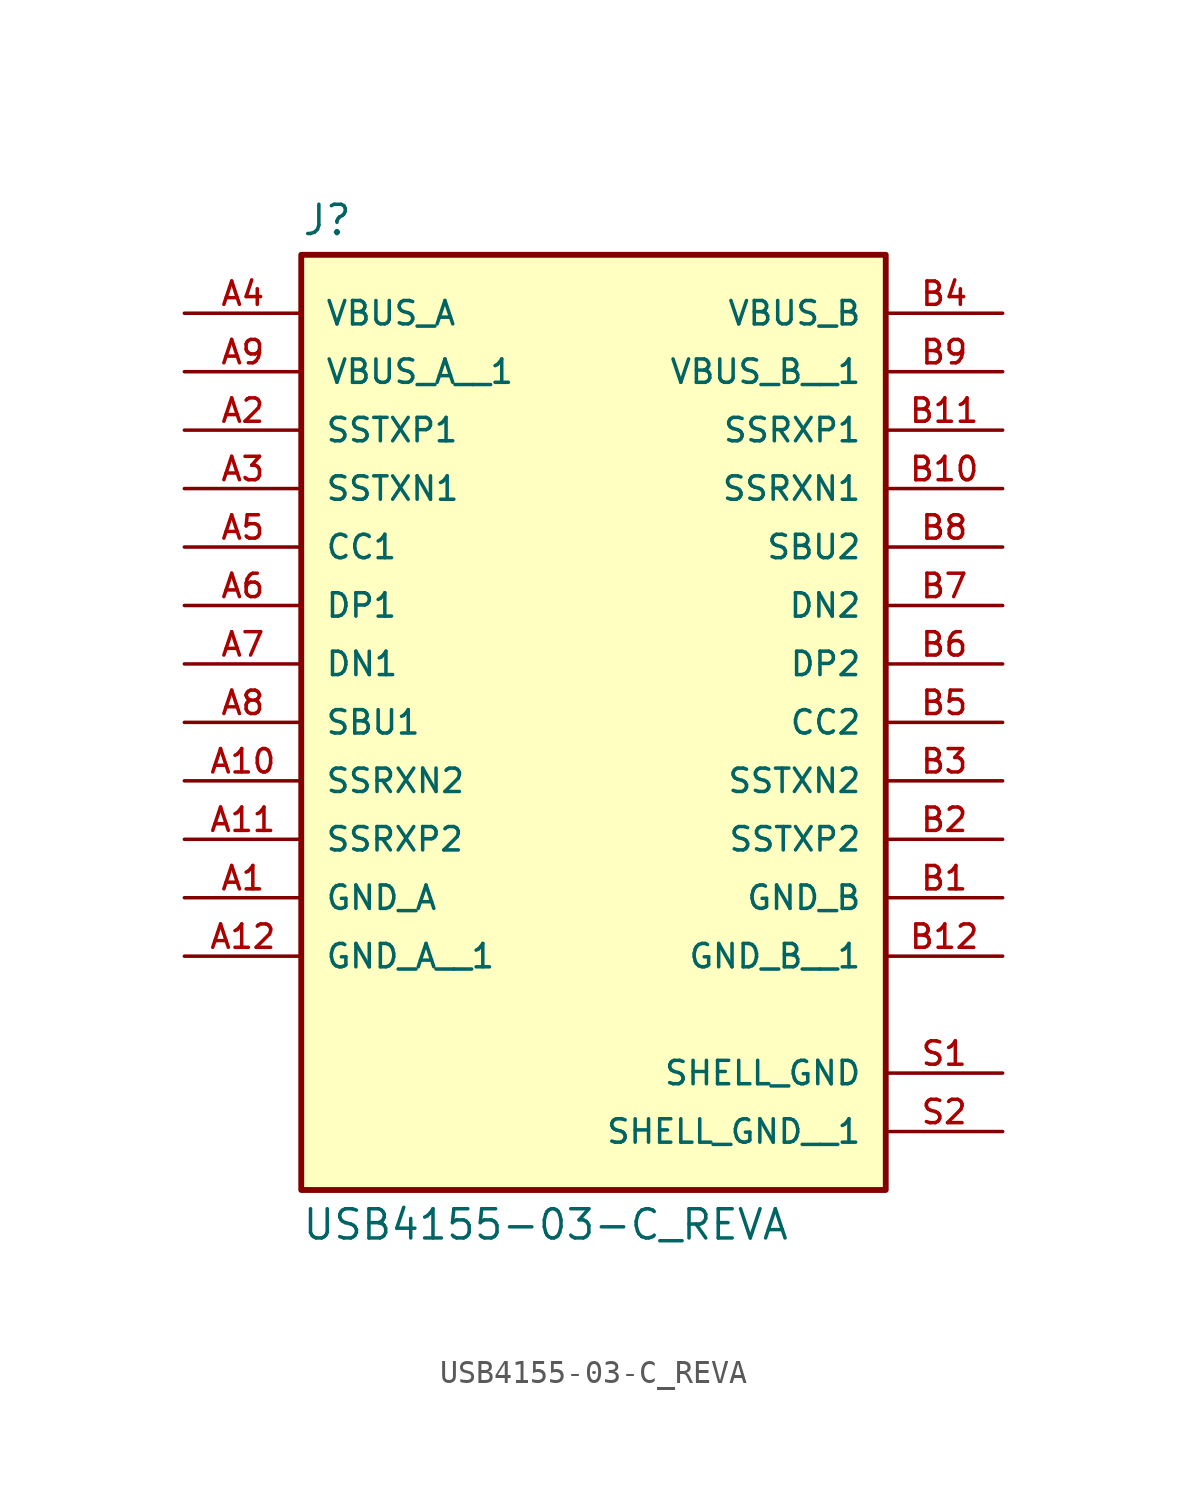
<source format=kicad_sym>
(kicad_symbol_lib
  (version 20211014)
  (generator kicad_symbol_editor)
  (symbol "USB4155-03-C_REVA"
    (pin_names
      (offset 1.016))
    (property "Reference" "J"
      (at -12.7 16.002 0)
      (effects (font (size 1.27 1.27)) (justify bottom left)))
    (property "Value" "USB4155-03-C_REVA"
      (at -12.7 -26.162 0.0)
      (effects (font (size 1.27 1.27)) (justify top left)))
    (symbol "USB4155-03-C_REVA_0_0"
      (rectangle (start -12.7 -25.4) (end 12.7 15.24) (stroke (width 0.254)) (fill (type background)))
      (pin power_in line (at -17.78 -12.7 0) (length 5.08) (name "GND_A" (effects (font (size 1.016 1.016)))) (number "A1" (effects (font (size 1.016 1.016)))))
      (pin bidirectional line (at -17.78 5.08 0) (length 5.08) (name "SSTXN1" (effects (font (size 1.016 1.016)))) (number "A3" (effects (font (size 1.016 1.016)))))
      (pin bidirectional line (at -17.78 7.62 0) (length 5.08) (name "SSTXP1" (effects (font (size 1.016 1.016)))) (number "A2" (effects (font (size 1.016 1.016)))))
      (pin power_in line (at -17.78 12.7 0) (length 5.08) (name "VBUS_A" (effects (font (size 1.016 1.016)))) (number "A4" (effects (font (size 1.016 1.016)))))
      (pin bidirectional line (at -17.78 0.0 0) (length 5.08) (name "DP1" (effects (font (size 1.016 1.016)))) (number "A6" (effects (font (size 1.016 1.016)))))
      (pin bidirectional line (at -17.78 2.54 0) (length 5.08) (name "CC1" (effects (font (size 1.016 1.016)))) (number "A5" (effects (font (size 1.016 1.016)))))
      (pin bidirectional line (at -17.78 -5.08 0) (length 5.08) (name "SBU1" (effects (font (size 1.016 1.016)))) (number "A8" (effects (font (size 1.016 1.016)))))
      (pin bidirectional line (at -17.78 -2.54 0) (length 5.08) (name "DN1" (effects (font (size 1.016 1.016)))) (number "A7" (effects (font (size 1.016 1.016)))))
      (pin bidirectional line (at -17.78 -7.62 0) (length 5.08) (name "SSRXN2" (effects (font (size 1.016 1.016)))) (number "A10" (effects (font (size 1.016 1.016)))))
      (pin bidirectional line (at -17.78 -10.16 0) (length 5.08) (name "SSRXP2" (effects (font (size 1.016 1.016)))) (number "A11" (effects (font (size 1.016 1.016)))))
      (pin power_in line (at 17.78 -20.32 180.0) (length 5.08) (name "SHELL_GND" (effects (font (size 1.016 1.016)))) (number "S1" (effects (font (size 1.016 1.016)))))
      (pin power_in line (at 17.78 -12.7 180.0) (length 5.08) (name "GND_B" (effects (font (size 1.016 1.016)))) (number "B1" (effects (font (size 1.016 1.016)))))
      (pin bidirectional line (at 17.78 -7.62 180.0) (length 5.08) (name "SSTXN2" (effects (font (size 1.016 1.016)))) (number "B3" (effects (font (size 1.016 1.016)))))
      (pin bidirectional line (at 17.78 -10.16 180.0) (length 5.08) (name "SSTXP2" (effects (font (size 1.016 1.016)))) (number "B2" (effects (font (size 1.016 1.016)))))
      (pin power_in line (at 17.78 12.7 180.0) (length 5.08) (name "VBUS_B" (effects (font (size 1.016 1.016)))) (number "B4" (effects (font (size 1.016 1.016)))))
      (pin bidirectional line (at 17.78 -2.54 180.0) (length 5.08) (name "DP2" (effects (font (size 1.016 1.016)))) (number "B6" (effects (font (size 1.016 1.016)))))
      (pin bidirectional line (at 17.78 -5.08 180.0) (length 5.08) (name "CC2" (effects (font (size 1.016 1.016)))) (number "B5" (effects (font (size 1.016 1.016)))))
      (pin bidirectional line (at 17.78 2.54 180.0) (length 5.08) (name "SBU2" (effects (font (size 1.016 1.016)))) (number "B8" (effects (font (size 1.016 1.016)))))
      (pin bidirectional line (at 17.78 0.0 180.0) (length 5.08) (name "DN2" (effects (font (size 1.016 1.016)))) (number "B7" (effects (font (size 1.016 1.016)))))
      (pin bidirectional line (at 17.78 5.08 180.0) (length 5.08) (name "SSRXN1" (effects (font (size 1.016 1.016)))) (number "B10" (effects (font (size 1.016 1.016)))))
      (pin bidirectional line (at 17.78 7.62 180.0) (length 5.08) (name "SSRXP1" (effects (font (size 1.016 1.016)))) (number "B11" (effects (font (size 1.016 1.016)))))
      (pin power_in line (at -17.78 10.16 0) (length 5.08) (name "VBUS_A__1" (effects (font (size 1.016 1.016)))) (number "A9" (effects (font (size 1.016 1.016)))))
      (pin power_in line (at -17.78 -15.24 0) (length 5.08) (name "GND_A__1" (effects (font (size 1.016 1.016)))) (number "A12" (effects (font (size 1.016 1.016)))))
      (pin power_in line (at 17.78 10.16 180.0) (length 5.08) (name "VBUS_B__1" (effects (font (size 1.016 1.016)))) (number "B9" (effects (font (size 1.016 1.016)))))
      (pin power_in line (at 17.78 -15.24 180.0) (length 5.08) (name "GND_B__1" (effects (font (size 1.016 1.016)))) (number "B12" (effects (font (size 1.016 1.016)))))
      (pin power_in line (at 17.78 -22.86 180.0) (length 5.08) (name "SHELL_GND__1" (effects (font (size 1.016 1.016)))) (number "S2" (effects (font (size 1.016 1.016))))))))
</source>
